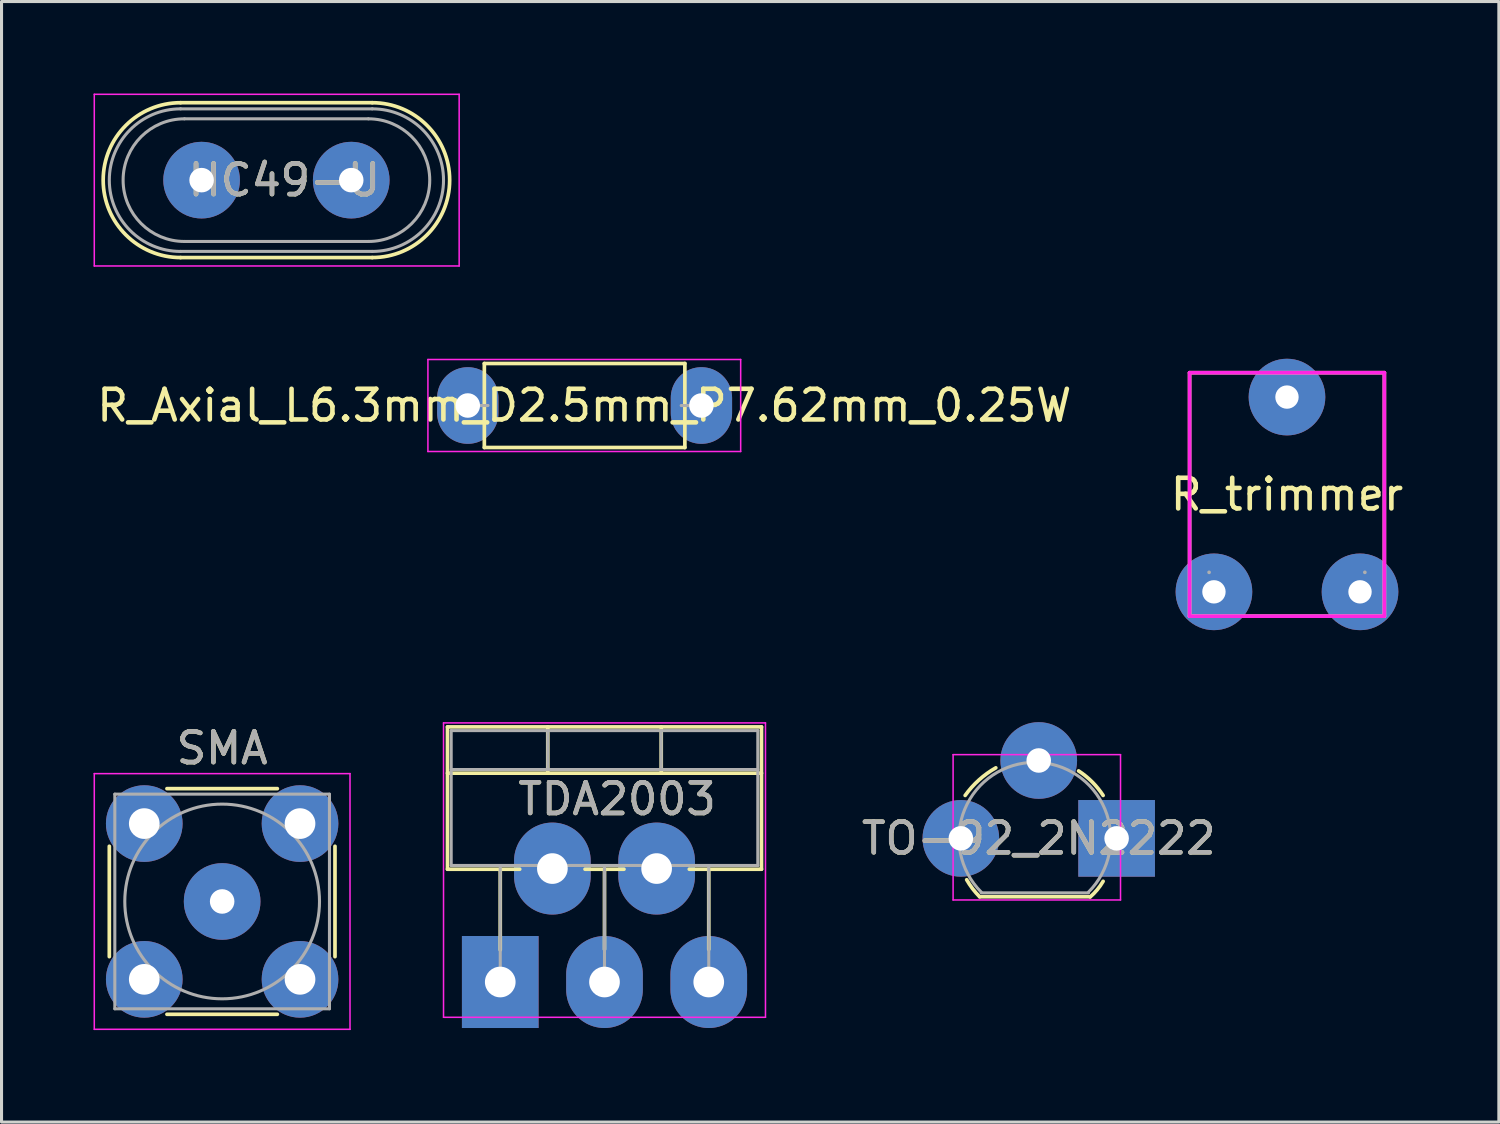
<source format=kicad_pcb>
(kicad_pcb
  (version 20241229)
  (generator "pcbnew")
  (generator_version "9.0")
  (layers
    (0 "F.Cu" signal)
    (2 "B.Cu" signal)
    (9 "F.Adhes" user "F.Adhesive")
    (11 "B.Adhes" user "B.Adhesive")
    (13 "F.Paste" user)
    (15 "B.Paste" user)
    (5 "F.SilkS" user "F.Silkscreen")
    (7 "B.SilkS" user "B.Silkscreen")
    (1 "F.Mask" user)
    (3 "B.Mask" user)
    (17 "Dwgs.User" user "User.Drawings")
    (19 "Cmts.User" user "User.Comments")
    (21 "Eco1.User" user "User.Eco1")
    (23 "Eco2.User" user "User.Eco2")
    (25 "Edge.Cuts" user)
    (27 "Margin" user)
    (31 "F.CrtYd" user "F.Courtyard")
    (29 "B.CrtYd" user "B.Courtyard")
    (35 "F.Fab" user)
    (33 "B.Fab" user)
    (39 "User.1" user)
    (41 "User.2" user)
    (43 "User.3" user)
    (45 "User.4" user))
  (footprint "R_Axial_L6.3mm_D2.5mm_P7.62mm_0.25W"
    (layer "F.Cu")
    (at 12.206 10.175)
    (property "Reference" "R_Axial_L6.3mm_D2.5mm_P7.62mm_0.25W" (at 3.8 0 0) (layer "F.SilkS") (effects (font (size 1 1) (thickness 0.15))))
    (attr through_hole)
    (fp_line (start 0.54 -1.37) (end 0.54 1.37) (stroke (width 0.12) (type solid)) (layer "F.SilkS"))
    (fp_line (start 0.54 -1.37) (end 7.08 -1.37) (stroke (width 0.12) (type solid)) (layer "F.SilkS"))
    (fp_line (start 0.54 1.37) (end 7.08 1.37) (stroke (width 0.12) (type solid)) (layer "F.SilkS"))
    (fp_line (start 7.08 1.37) (end 7.08 -1.37) (stroke (width 0.12) (type solid)) (layer "F.SilkS"))
    (fp_line (start -1.3 -1.5) (end -1.3 1.5) (stroke (width 0.05) (type solid)) (layer "F.CrtYd"))
    (fp_line (start -1.3 1.5) (end 8.9 1.5) (stroke (width 0.05) (type solid)) (layer "F.CrtYd"))
    (fp_line (start 8.9 -1.5) (end -1.3 -1.5) (stroke (width 0.05) (type solid)) (layer "F.CrtYd"))
    (fp_line (start 8.9 1.5) (end 8.9 -1.5) (stroke (width 0.05) (type solid)) (layer "F.CrtYd"))
    (fp_line (start 0 0) (end 0.66 0) (stroke (width 0.1) (type solid)) (layer "F.Fab"))
    (fp_line (start 7.62 0) (end 6.96 0) (stroke (width 0.1) (type solid)) (layer "F.Fab"))
    (pad "1" thru_hole oval (at 0 0) (size 2 2.5) (drill 0.8) (layers "*.Cu"))
    (pad "2" thru_hole oval (at 7.62 0) (size 2 2.5) (drill 0.8) (layers "*.Cu")))
  (footprint "HC49-U"
    (layer "F.Cu")
    (at 3.525 2.825)
    (property "Reference" "HC49-U" (at 2.7 0 0) (layer "F.SilkS") (effects (font (size 1 1) (thickness 0.15))))
    (attr through_hole)
    (fp_line (start -0.685 -2.525) (end 5.565 -2.525) (stroke (width 0.12) (type solid)) (layer "F.SilkS"))
    (fp_line (start -0.685 2.525) (end 5.565 2.525) (stroke (width 0.12) (type solid)) (layer "F.SilkS"))
    (fp_arc (start -0.685 2.525) (mid -3.21 0) (end -0.685 -2.525) (stroke (width 0.12) (type solid)) (layer "F.SilkS"))
    (fp_arc (start 5.565 -2.525) (mid 8.09 0) (end 5.565 2.525) (stroke (width 0.12) (type solid)) (layer "F.SilkS"))
    (fp_line (start -3.5 -2.8) (end -3.5 2.8) (stroke (width 0.05) (type solid)) (layer "F.CrtYd"))
    (fp_line (start -3.5 2.8) (end 8.4 2.8) (stroke (width 0.05) (type solid)) (layer "F.CrtYd"))
    (fp_line (start 8.4 -2.8) (end -3.5 -2.8) (stroke (width 0.05) (type solid)) (layer "F.CrtYd"))
    (fp_line (start 8.4 2.8) (end 8.4 -2.8) (stroke (width 0.05) (type solid)) (layer "F.CrtYd"))
    (fp_line (start -0.685 -2.325) (end 5.565 -2.325) (stroke (width 0.1) (type solid)) (layer "F.Fab"))
    (fp_line (start -0.685 2.325) (end 5.565 2.325) (stroke (width 0.1) (type solid)) (layer "F.Fab"))
    (fp_line (start -0.56 -2) (end 5.44 -2) (stroke (width 0.1) (type solid)) (layer "F.Fab"))
    (fp_line (start -0.56 2) (end 5.44 2) (stroke (width 0.1) (type solid)) (layer "F.Fab"))
    (fp_arc (start -0.685 2.325) (mid -3.01 0) (end -0.685 -2.325) (stroke (width 0.1) (type solid)) (layer "F.Fab"))
    (fp_arc (start -0.56 2) (mid -2.56 0) (end -0.56 -2) (stroke (width 0.1) (type solid)) (layer "F.Fab"))
    (fp_arc (start 5.44 -2) (mid 7.44 0) (end 5.44 2) (stroke (width 0.1) (type solid)) (layer "F.Fab"))
    (fp_arc (start 5.565 -2.325) (mid 7.89 0) (end 5.565 2.325) (stroke (width 0.1) (type solid)) (layer "F.Fab"))
    (fp_text user "${REFERENCE}" (at 2.7 0 0) (layer "F.Fab") (effects (font (size 1 1) (thickness 0.15))))
    (pad "1" thru_hole circle (at 0 0) (size 2.5 2.5) (drill 0.8) (layers "*.Cu" "*.Mask"))
    (pad "2" thru_hole circle (at 4.88 0) (size 2.5 2.5) (drill 0.8) (layers "*.Cu" "*.Mask")))
  (footprint "TO-92_2N2222"
    (layer "F.Cu")
    (at 30.827 24.292)
    (property "Reference" "TO-92_2N2222" (at 0 0 0) (layer "F.SilkS") (effects (font (size 1 1) (thickness 0.15))))
    (attr through_hole)
    (fp_line (start -1.927 1.905) (end 1.673 1.905) (stroke (width 0.12) (type solid)) (layer "F.SilkS"))
    (fp_arc (start -2.4 -1.4) (mid -1.949153 -1.904614) (end -1.4 -2.3) (stroke (width 0.12) (type solid)) (layer "F.SilkS"))
    (fp_arc (start -1.927 1.905) (mid -2.15717 1.64173) (end -2.35 1.35) (stroke (width 0.12) (type solid)) (layer "F.SilkS"))
    (fp_arc (start 1.3 -2.2) (mid 1.741585 -1.841585) (end 2.1 -1.4) (stroke (width 0.12) (type solid)) (layer "F.SilkS"))
    (fp_arc (start 2.1 1.4) (mid 1.90983 1.672924) (end 1.677724 1.911206) (stroke (width 0.12) (type solid)) (layer "F.SilkS"))
    (fp_line (start -2.793 -2.73) (end -2.793 2.01) (stroke (width 0.05) (type solid)) (layer "F.CrtYd"))
    (fp_line (start -2.793 -2.73) (end 2.667 -2.73) (stroke (width 0.05) (type solid)) (layer "F.CrtYd"))
    (fp_line (start 2.667 2.01) (end -2.793 2.01) (stroke (width 0.05) (type solid)) (layer "F.CrtYd"))
    (fp_line (start 2.667 2.01) (end 2.667 -2.73) (stroke (width 0.05) (type solid)) (layer "F.CrtYd"))
    (fp_line (start -1.877 1.778) (end 1.623 1.778) (stroke (width 0.1) (type solid)) (layer "F.Fab"))
    (fp_arc (start -1.875404 1.753625) (mid -2.413 -0.949055) (end -0.121779 -2.48) (stroke (width 0.1) (type solid)) (layer "F.Fab"))
    (fp_arc (start -0.132221 -2.48) (mid 2.159 -0.949055) (end 1.621404 1.753625) (stroke (width 0.1) (type solid)) (layer "F.Fab"))
    (fp_text user "${REFERENCE}" (at 0 0 0) (layer "F.Fab") (effects (font (size 1 1) (thickness 0.15))))
    (pad "1" thru_hole circle (at -2.54 0) (size 2.5 2.5) (drill 0.8) (layers "*.Cu" "*.Mask"))
    (pad "2" thru_hole circle (at 0 -2.54) (size 2.5 2.5) (drill 0.8) (layers "*.Cu" "*.Mask"))
    (pad "3" thru_hole rect (at 2.54 0) (size 2.5 2.5) (drill 0.8) (layers "*.Cu" "*.Mask")))
  (footprint "R_trimmer"
    (layer "F.Cu")
    (at 38.923 13.076)
    (property "Reference" "R_trimmer" (at 0 0 0) (layer "F.SilkS") (effects (font (size 1 1) (thickness 0.15))))
    (attr through_hole)
    (fp_line (start -3.176 -3.97) (end 3.176 -3.97) (stroke (width 0.12) (type solid)) (layer "F.SilkS"))
    (fp_line (start -3.176 3.97) (end -3.176 -3.97) (stroke (width 0.12) (type solid)) (layer "F.SilkS"))
    (fp_line (start 3.176 -3.97) (end 3.176 3.97) (stroke (width 0.12) (type solid)) (layer "F.SilkS"))
    (fp_line (start 3.176 3.97) (end -3.176 3.97) (stroke (width 0.12) (type solid)) (layer "F.SilkS"))
    (fp_line (start -3.176 -3.97) (end -3.176 3.97) (stroke (width 0.12) (type solid)) (layer "F.CrtYd"))
    (fp_line (start -3.176 -3.97) (end 3.176 -3.97) (stroke (width 0.12) (type solid)) (layer "F.CrtYd"))
    (fp_line (start -3.176 3.97) (end 3.176 3.97) (stroke (width 0.12) (type solid)) (layer "F.CrtYd"))
    (fp_line (start 3.176 3.97) (end 3.176 -3.97) (stroke (width 0.12) (type solid)) (layer "F.CrtYd"))
    (fp_line (start -2.54 2.54) (end -2.54 2.54) (stroke (width 0.12) (type solid)) (layer "F.Fab"))
    (fp_line (start 2.54 2.54) (end 2.54 2.54) (stroke (width 0.12) (type solid)) (layer "F.Fab"))
    (pad "1" thru_hole circle (at -2.382 3.176) (size 2.5 2.5) (drill 0.762) (layers "*.Cu" "*.Mask"))
    (pad "2" thru_hole circle (at 0 -3.176) (size 2.5 2.5) (drill 0.762) (layers "*.Cu" "*.Mask"))
    (pad "3" thru_hole circle (at 2.382 3.176) (size 2.5 2.5) (drill 0.762) (layers "*.Cu" "*.Mask")))
  (footprint "SMA"
    (layer "F.Cu")
    (at 4.195 26.35)
    (property "Reference" "SMA" (at 0 -5 0) (layer "F.SilkS") (effects (font (size 1 1) (thickness 0.15))))
    (attr through_hole)
    (fp_line (start -3.68 -1.8) (end -3.68 1.8) (stroke (width 0.12) (type solid)) (layer "F.SilkS"))
    (fp_line (start -1.8 -3.68) (end 1.8 -3.68) (stroke (width 0.12) (type solid)) (layer "F.SilkS"))
    (fp_line (start -1.8 3.68) (end 1.8 3.68) (stroke (width 0.12) (type solid)) (layer "F.SilkS"))
    (fp_line (start 3.68 -1.8) (end 3.68 1.8) (stroke (width 0.12) (type solid)) (layer "F.SilkS"))
    (fp_line (start -4.17 -4.17) (end -4.17 4.17) (stroke (width 0.05) (type solid)) (layer "F.CrtYd"))
    (fp_line (start -4.17 -4.17) (end 4.17 -4.17) (stroke (width 0.05) (type solid)) (layer "F.CrtYd"))
    (fp_line (start 4.17 4.17) (end -4.17 4.17) (stroke (width 0.05) (type solid)) (layer "F.CrtYd"))
    (fp_line (start 4.17 4.17) (end 4.17 -4.17) (stroke (width 0.05) (type solid)) (layer "F.CrtYd"))
    (fp_line (start -3.5 -3.5) (end -3.5 3.5) (stroke (width 0.1) (type solid)) (layer "F.Fab"))
    (fp_line (start -3.5 -3.5) (end 3.5 -3.5) (stroke (width 0.1) (type solid)) (layer "F.Fab"))
    (fp_line (start -3.5 3.5) (end 3.5 3.5) (stroke (width 0.1) (type solid)) (layer "F.Fab"))
    (fp_line (start 3.5 -3.5) (end 3.5 3.5) (stroke (width 0.1) (type solid)) (layer "F.Fab"))
    (fp_circle (center 0 0) (end 3.175 0) (stroke (width 0.1) (type solid)) (fill no) (layer "F.Fab"))
    (fp_text user "${REFERENCE}" (at 0 -5 0) (layer "F.Fab") (effects (font (size 1 1) (thickness 0.15))))
    (pad "1" thru_hole circle (at 0 0) (size 2.5 2.5) (drill 0.8) (layers "*.Cu" "*.Mask"))
    (pad "2" thru_hole circle (at -2.54 -2.54) (size 2.5 2.5) (drill 1) (layers "*.Cu" "*.Mask"))
    (pad "2" thru_hole circle (at -2.54 2.54) (size 2.5 2.5) (drill 1) (layers "*.Cu" "*.Mask"))
    (pad "2" thru_hole circle (at 2.54 -2.54) (size 2.5 2.5) (drill 1) (layers "*.Cu" "*.Mask"))
    (pad "2" thru_hole circle (at 2.54 2.54) (size 2.5 2.5) (drill 1) (layers "*.Cu" "*.Mask")))
  (footprint "TDA2003"
    (layer "F.Cu")
    (at 13.265 28.977)
    (property "Reference" "TDA2003" (at 3.81 -5.969 0) (layer "F.SilkS") (effects (font (size 1 1) (thickness 0.15))))
    (attr through_hole)
    (fp_line (start -1.721 -8.32) (end -1.721 -3.679) (stroke (width 0.12) (type solid)) (layer "F.SilkS"))
    (fp_line (start -1.721 -8.32) (end 8.52 -8.32) (stroke (width 0.12) (type solid)) (layer "F.SilkS"))
    (fp_line (start -1.721 -6.811) (end 8.52 -6.811) (stroke (width 0.12) (type solid)) (layer "F.SilkS"))
    (fp_line (start -1.721 -3.679) (end 0.635 -3.679) (stroke (width 0.12) (type solid)) (layer "F.SilkS"))
    (fp_line (start 0 -3.679) (end 0 -1.049) (stroke (width 0.12) (type solid)) (layer "F.SilkS"))
    (fp_line (start 1.55 -8.32) (end 1.55 -6.811) (stroke (width 0.12) (type solid)) (layer "F.SilkS"))
    (fp_line (start 2.765 -3.679) (end 4.035 -3.679) (stroke (width 0.12) (type solid)) (layer "F.SilkS"))
    (fp_line (start 3.4 -3.679) (end 3.4 -1.065) (stroke (width 0.12) (type solid)) (layer "F.SilkS"))
    (fp_line (start 5.25 -8.32) (end 5.25 -6.811) (stroke (width 0.12) (type solid)) (layer "F.SilkS"))
    (fp_line (start 6.165 -3.679) (end 8.52 -3.679) (stroke (width 0.12) (type solid)) (layer "F.SilkS"))
    (fp_line (start 6.8 -3.679) (end 6.8 -1.065) (stroke (width 0.12) (type solid)) (layer "F.SilkS"))
    (fp_line (start 8.52 -8.32) (end 8.52 -3.679) (stroke (width 0.12) (type solid)) (layer "F.SilkS"))
    (fp_line (start -1.85 -8.45) (end -1.85 1.15) (stroke (width 0.05) (type solid)) (layer "F.CrtYd"))
    (fp_line (start -1.85 1.15) (end 8.65 1.15) (stroke (width 0.05) (type solid)) (layer "F.CrtYd"))
    (fp_line (start 8.65 -8.45) (end -1.85 -8.45) (stroke (width 0.05) (type solid)) (layer "F.CrtYd"))
    (fp_line (start 8.65 1.15) (end 8.65 -8.45) (stroke (width 0.05) (type solid)) (layer "F.CrtYd"))
    (fp_line (start -1.6 -8.2) (end -1.6 -3.8) (stroke (width 0.1) (type solid)) (layer "F.Fab"))
    (fp_line (start -1.6 -6.93) (end 8.4 -6.93) (stroke (width 0.1) (type solid)) (layer "F.Fab"))
    (fp_line (start -1.6 -3.8) (end 8.4 -3.8) (stroke (width 0.1) (type solid)) (layer "F.Fab"))
    (fp_line (start 0 -3.8) (end 0 0) (stroke (width 0.1) (type solid)) (layer "F.Fab"))
    (fp_line (start 1.55 -8.2) (end 1.55 -6.93) (stroke (width 0.1) (type solid)) (layer "F.Fab"))
    (fp_line (start 1.7 -3.8) (end 1.7 -3.7) (stroke (width 0.1) (type solid)) (layer "F.Fab"))
    (fp_line (start 3.4 -3.8) (end 3.4 0) (stroke (width 0.1) (type solid)) (layer "F.Fab"))
    (fp_line (start 5.1 -3.8) (end 5.1 -3.7) (stroke (width 0.1) (type solid)) (layer "F.Fab"))
    (fp_line (start 5.25 -8.2) (end 5.25 -6.93) (stroke (width 0.1) (type solid)) (layer "F.Fab"))
    (fp_line (start 6.8 -3.8) (end 6.8 0) (stroke (width 0.1) (type solid)) (layer "F.Fab"))
    (fp_line (start 8.4 -8.2) (end -1.6 -8.2) (stroke (width 0.1) (type solid)) (layer "F.Fab"))
    (fp_line (start 8.4 -3.8) (end 8.4 -8.2) (stroke (width 0.1) (type solid)) (layer "F.Fab"))
    (fp_text user "${REFERENCE}" (at 3.81 -5.969 0) (layer "F.Fab") (effects (font (size 1 1) (thickness 0.15))))
    (pad "1" thru_hole rect (at 0 0) (size 2.5 3) (drill 1) (layers "*.Cu" "*.Mask"))
    (pad "2" thru_hole oval (at 1.7 -3.7) (size 2.5 3) (drill 1) (layers "*.Cu" "*.Mask"))
    (pad "3" thru_hole oval (at 3.4 0) (size 2.5 3) (drill 1) (layers "*.Cu" "*.Mask"))
    (pad "4" thru_hole oval (at 5.1 -3.7) (size 2.5 3) (drill 1) (layers "*.Cu" "*.Mask"))
    (pad "5" thru_hole oval (at 6.8 0) (size 2.5 3) (drill 1) (layers "*.Cu" "*.Mask")))
  (gr_rect
    (start -3 -3)
    (end 45.833 33.545)
    (stroke (width 0.1) (type default))
    (fill no)
    (layer "Edge.Cuts")))
</source>
